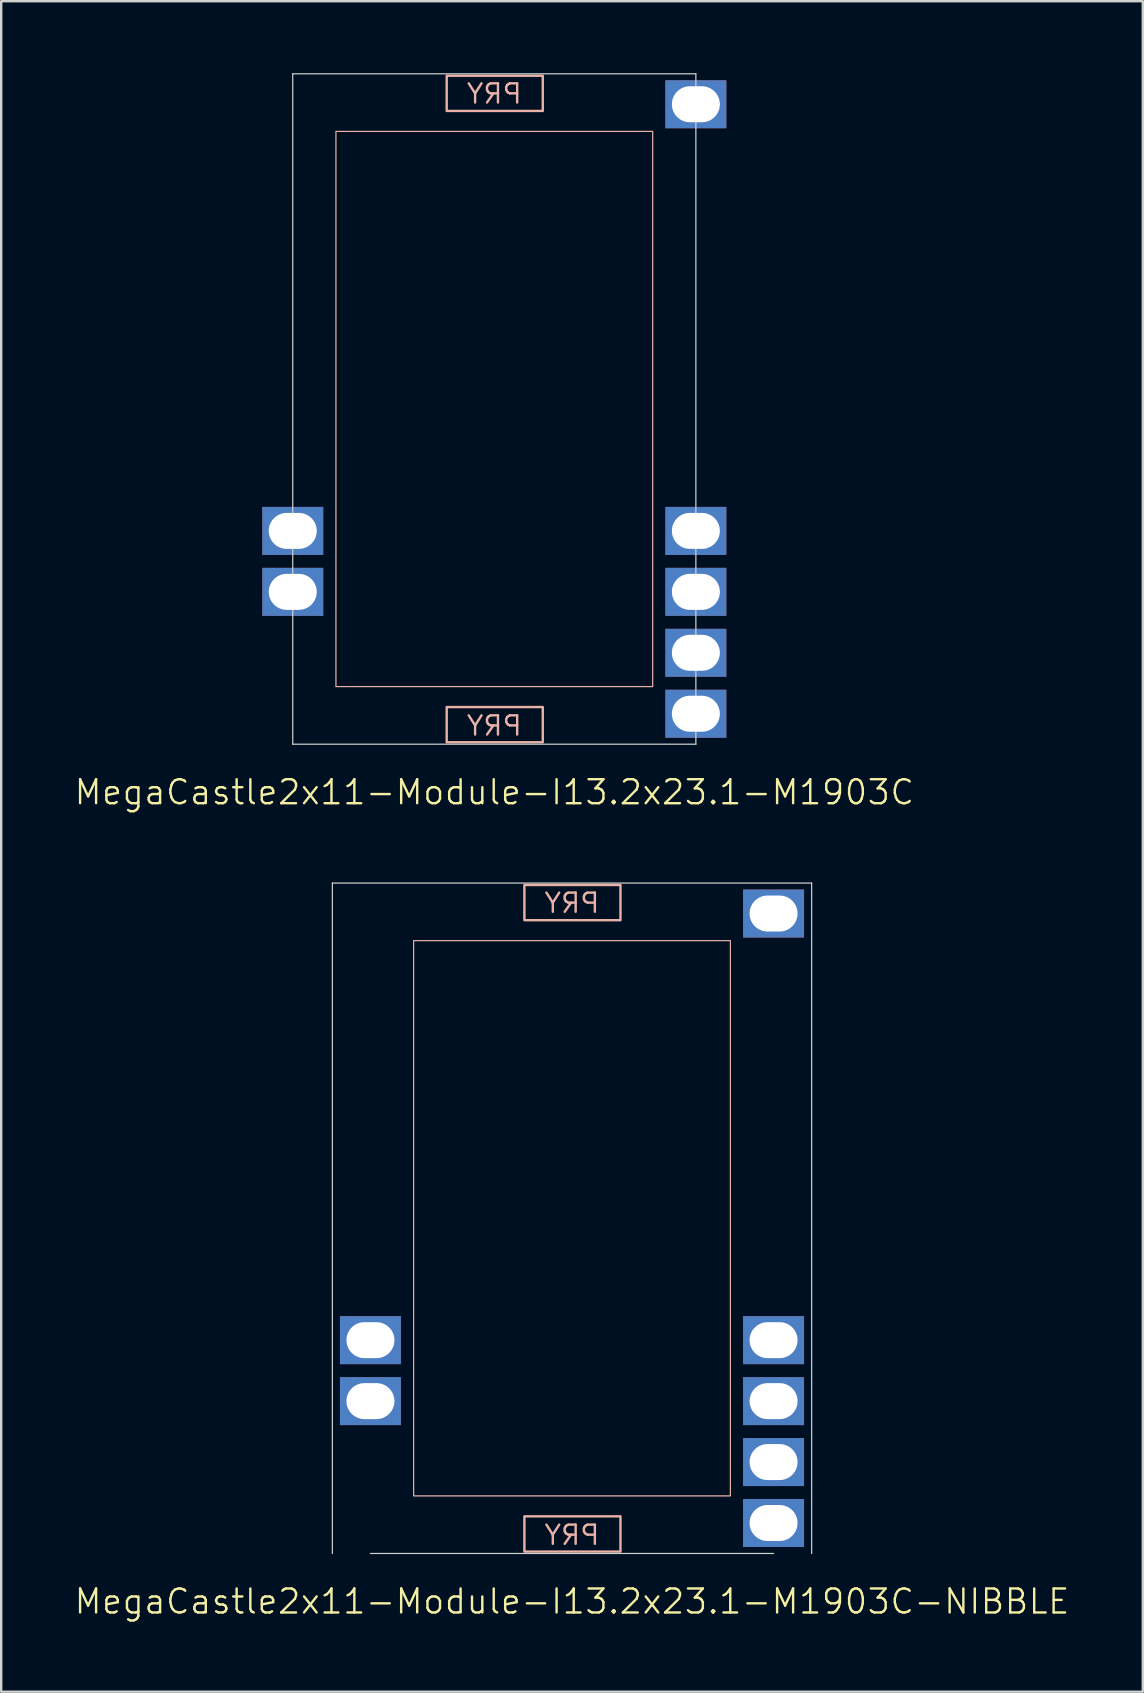
<source format=kicad_pcb>
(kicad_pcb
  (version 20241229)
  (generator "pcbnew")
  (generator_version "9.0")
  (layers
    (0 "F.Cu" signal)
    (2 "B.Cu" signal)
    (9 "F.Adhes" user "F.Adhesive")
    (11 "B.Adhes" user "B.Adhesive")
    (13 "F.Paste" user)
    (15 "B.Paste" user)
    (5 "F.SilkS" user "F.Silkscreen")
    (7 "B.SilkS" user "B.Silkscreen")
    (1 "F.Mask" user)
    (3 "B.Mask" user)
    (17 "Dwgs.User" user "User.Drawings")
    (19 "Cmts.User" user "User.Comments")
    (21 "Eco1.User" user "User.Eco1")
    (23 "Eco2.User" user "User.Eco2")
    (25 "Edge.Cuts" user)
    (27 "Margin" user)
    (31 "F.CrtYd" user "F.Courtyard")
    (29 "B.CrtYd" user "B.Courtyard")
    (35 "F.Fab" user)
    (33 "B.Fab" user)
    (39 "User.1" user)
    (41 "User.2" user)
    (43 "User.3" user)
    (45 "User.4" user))
  (footprint "MegaCastle2x11-Module-I13.2x23.1-M1903C"
    (layer "F.Cu")
    (at 17.55 13.995)
    (property "Reference" "MegaCastle2x11-Module-I13.2x23.1-M1903C" (at 0 15.97 0) (unlocked yes) (layer "F.SilkS") (effects (font (size 1 1) (thickness 0.1))))
    (attr smd)
    (fp_rect (start -6.6 11.57) (end 6.6 -11.57) (stroke (width 0.05) (type default)) (fill no) (layer "B.SilkS"))
    (fp_rect (start -1.984 -12.421) (end 2.02 -13.89) (stroke (width 0.1) (type default)) (fill no) (layer "B.SilkS"))
    (fp_rect (start -1.984 12.421) (end 2.02 13.89) (stroke (width 0.1) (type default)) (fill no) (layer "B.SilkS"))
    (fp_line (start -8.4 -13.97) (end -8.4 13.97) (stroke (width 0.05) (type default)) (layer "Edge.Cuts"))
    (fp_line (start -8.4 -13.97) (end 8.4 -13.97) (stroke (width 0.05) (type default)) (layer "Edge.Cuts"))
    (fp_line (start -8.4 13.97) (end 8.4 13.97) (stroke (width 0.05) (type default)) (layer "Edge.Cuts"))
    (fp_line (start 8.4 -13.97) (end 8.4 13.97) (stroke (width 0.05) (type default)) (layer "Edge.Cuts"))
    (fp_text user "PRY" (at 0 -12.67 0) (unlocked yes) (layer "B.SilkS") (effects (font (size 0.8 0.8) (thickness 0.1)) (justify bottom mirror)))
    (fp_text user "PRY" (at 0 13.67 0) (unlocked yes) (layer "B.SilkS") (effects (font (size 0.8 0.8) (thickness 0.1)) (justify bottom mirror)))
    (pad "8" thru_hole rect (at -8.4 5.08) (size 2.54 2) (drill oval 2 1.5) (property pad_prop_castellated) (layers "*.Cu" "*.Mask"))
    (pad "9" thru_hole rect (at -8.4 7.62) (size 2.54 2) (drill oval 2 1.5) (property pad_prop_castellated) (layers "*.Cu" "*.Mask"))
    (pad "12" thru_hole rect (at 8.4 -12.7) (size 2.54 2) (drill oval 2 1.5) (property pad_prop_castellated) (layers "*.Cu" "*.Mask"))
    (pad "19" thru_hole rect (at 8.4 5.08) (size 2.54 2) (drill oval 2 1.5) (property pad_prop_castellated) (layers "*.Cu" "*.Mask"))
    (pad "20" thru_hole rect (at 8.4 7.62) (size 2.54 2) (drill oval 2 1.5) (property pad_prop_castellated) (layers "*.Cu" "*.Mask"))
    (pad "21" thru_hole rect (at 8.4 10.16) (size 2.54 2) (drill oval 2 1.5) (property pad_prop_castellated) (layers "*.Cu" "*.Mask"))
    (pad "22" thru_hole rect (at 8.4 12.7) (size 2.54 2) (drill oval 2 1.5) (property pad_prop_castellated) (layers "*.Cu" "*.Mask"))
    (zone (net_name "") (layer "B.Cu") (hatch edge 0.5) (connect_pads) (min_thickness 0.25) (filled_areas_thickness no) (keepout (tracks allowed) (vias allowed) (pads allowed) (copperpour allowed) (footprints not_allowed)) (placement (enabled no)) (fill) (polygon (pts (xy 9.15 27.965) (xy 9.15 0.025) (xy 10.95 0.025) (xy 10.95 27.965))))
    (zone (net_name "") (layer "B.Cu") (hatch edge 0.5) (connect_pads) (min_thickness 0.25) (filled_areas_thickness no) (keepout (tracks allowed) (vias allowed) (pads allowed) (copperpour allowed) (footprints not_allowed)) (placement (enabled no)) (fill) (polygon (pts (xy 10.95 0.025) (xy 10.95 2.425) (xy 24.15 2.425) (xy 24.15 0.025))))
    (zone (net_name "") (layer "B.Cu") (hatch edge 0.5) (connect_pads) (min_thickness 0.25) (filled_areas_thickness no) (keepout (tracks allowed) (vias allowed) (pads allowed) (copperpour allowed) (footprints not_allowed)) (placement (enabled no)) (fill) (polygon (pts (xy 10.95 27.965) (xy 10.95 25.565) (xy 24.15 25.565) (xy 24.15 27.965))))
    (zone (net_name "") (layer "B.Cu") (name "Upper Pry Zone") (hatch edge 0.5) (connect_pads) (min_thickness 0.25) (filled_areas_thickness no) (keepout (tracks not_allowed) (vias not_allowed) (pads not_allowed) (copperpour allowed) (footprints not_allowed)) (placement (enabled no)) (fill) (polygon (pts (xy 15.566 1.574) (xy 15.566 0.105) (xy 19.57 0.105) (xy 19.57 1.574))))
    (zone (net_name "") (layer "B.Cu") (name "Upper Pry Zone") (hatch edge 0.5) (connect_pads) (min_thickness 0.25) (filled_areas_thickness no) (keepout (tracks not_allowed) (vias not_allowed) (pads not_allowed) (copperpour allowed) (footprints not_allowed)) (placement (enabled no)) (fill) (polygon (pts (xy 15.566 26.416) (xy 15.566 27.885) (xy 19.57 27.885) (xy 19.57 26.416))))
    (zone (net_name "") (layer "B.Cu") (hatch edge 0.5) (connect_pads) (min_thickness 0.25) (filled_areas_thickness no) (keepout (tracks allowed) (vias allowed) (pads allowed) (copperpour allowed) (footprints not_allowed)) (placement (enabled no)) (fill) (polygon (pts (xy 25.95 27.965) (xy 25.95 0.025) (xy 24.15 0.025) (xy 24.15 27.965)))))
  (footprint "MegaCastle2x11-Module-I13.2x23.1-M1903C-NIBBLE"
    (layer "F.Cu")
    (at 20.788 47.721)
    (property "Reference" "MegaCastle2x11-Module-I13.2x23.1-M1903C-NIBBLE" (at 0 15.97 0) (unlocked yes) (layer "F.SilkS") (effects (font (size 1 1) (thickness 0.1))))
    (attr smd)
    (fp_rect (start -6.6 11.57) (end 6.6 -11.57) (stroke (width 0.05) (type default)) (fill no) (layer "B.SilkS"))
    (fp_rect (start -1.984 -12.421) (end 2.02 -13.89) (stroke (width 0.1) (type default)) (fill no) (layer "B.SilkS"))
    (fp_rect (start -1.984 12.421) (end 2.02 13.89) (stroke (width 0.1) (type default)) (fill no) (layer "B.SilkS"))
    (fp_line (start -9.987 -13.97) (end -9.987 13.97) (stroke (width 0.05) (type default)) (layer "Edge.Cuts"))
    (fp_line (start -9.987 -13.97) (end 9.987 -13.97) (stroke (width 0.05) (type default)) (layer "Edge.Cuts"))
    (fp_line (start -8.4 13.97) (end 8.4 13.97) (stroke (width 0.05) (type default)) (layer "Edge.Cuts"))
    (fp_line (start 9.987 -13.97) (end 9.987 13.97) (stroke (width 0.05) (type default)) (layer "Edge.Cuts"))
    (fp_text user "PRY" (at 0 -12.67 0) (unlocked yes) (layer "B.SilkS") (effects (font (size 0.8 0.8) (thickness 0.1)) (justify bottom mirror)))
    (fp_text user "PRY" (at 0 13.67 0) (unlocked yes) (layer "B.SilkS") (effects (font (size 0.8 0.8) (thickness 0.1)) (justify bottom mirror)))
    (pad "8" thru_hole rect (at -8.4 5.08) (size 2.54 2) (drill oval 2 1.5) (property pad_prop_castellated) (layers "*.Cu" "*.Mask"))
    (pad "9" thru_hole rect (at -8.4 7.62) (size 2.54 2) (drill oval 2 1.5) (property pad_prop_castellated) (layers "*.Cu" "*.Mask"))
    (pad "12" thru_hole rect (at 8.4 -12.7) (size 2.54 2) (drill oval 2 1.5) (property pad_prop_castellated) (layers "*.Cu" "*.Mask"))
    (pad "19" thru_hole rect (at 8.4 5.08) (size 2.54 2) (drill oval 2 1.5) (property pad_prop_castellated) (layers "*.Cu" "*.Mask"))
    (pad "20" thru_hole rect (at 8.4 7.62) (size 2.54 2) (drill oval 2 1.5) (property pad_prop_castellated) (layers "*.Cu" "*.Mask"))
    (pad "21" thru_hole rect (at 8.4 10.16) (size 2.54 2) (drill oval 2 1.5) (property pad_prop_castellated) (layers "*.Cu" "*.Mask"))
    (pad "22" thru_hole rect (at 8.4 12.7) (size 2.54 2) (drill oval 2 1.5) (property pad_prop_castellated) (layers "*.Cu" "*.Mask"))
    (zone (net_name "") (layer "B.Cu") (hatch edge 0.5) (connect_pads) (min_thickness 0.25) (filled_areas_thickness no) (keepout (tracks allowed) (vias allowed) (pads allowed) (copperpour allowed) (footprints not_allowed)) (placement (enabled no)) (fill) (polygon (pts (xy 12.388 61.691) (xy 12.388 33.751) (xy 14.188 33.751) (xy 14.188 61.691))))
    (zone (net_name "") (layer "B.Cu") (hatch edge 0.5) (connect_pads) (min_thickness 0.25) (filled_areas_thickness no) (keepout (tracks allowed) (vias allowed) (pads allowed) (copperpour allowed) (footprints not_allowed)) (placement (enabled no)) (fill) (polygon (pts (xy 14.188 33.751) (xy 14.188 36.151) (xy 27.388 36.151) (xy 27.388 33.751))))
    (zone (net_name "") (layer "B.Cu") (hatch edge 0.5) (connect_pads) (min_thickness 0.25) (filled_areas_thickness no) (keepout (tracks allowed) (vias allowed) (pads allowed) (copperpour allowed) (footprints not_allowed)) (placement (enabled no)) (fill) (polygon (pts (xy 14.188 61.691) (xy 14.188 59.291) (xy 27.388 59.291) (xy 27.388 61.691))))
    (zone (net_name "") (layer "B.Cu") (name "Upper Pry Zone") (hatch edge 0.5) (connect_pads) (min_thickness 0.25) (filled_areas_thickness no) (keepout (tracks not_allowed) (vias not_allowed) (pads not_allowed) (copperpour allowed) (footprints not_allowed)) (placement (enabled no)) (fill) (polygon (pts (xy 18.804 35.299) (xy 18.804 33.831) (xy 22.808 33.831) (xy 22.808 35.299))))
    (zone (net_name "") (layer "B.Cu") (name "Upper Pry Zone") (hatch edge 0.5) (connect_pads) (min_thickness 0.25) (filled_areas_thickness no) (keepout (tracks not_allowed) (vias not_allowed) (pads not_allowed) (copperpour allowed) (footprints not_allowed)) (placement (enabled no)) (fill) (polygon (pts (xy 18.804 60.142) (xy 18.804 61.611) (xy 22.808 61.611) (xy 22.808 60.142))))
    (zone (net_name "") (layer "B.Cu") (hatch edge 0.5) (connect_pads) (min_thickness 0.25) (filled_areas_thickness no) (keepout (tracks allowed) (vias allowed) (pads allowed) (copperpour allowed) (footprints not_allowed)) (placement (enabled no)) (fill) (polygon (pts (xy 29.188 61.691) (xy 29.188 33.751) (xy 27.388 33.751) (xy 27.388 61.691)))))
  (gr_rect
    (start -3 -3)
    (end 44.576 67.451)
    (stroke (width 0.1) (type default))
    (fill no)
    (layer "Edge.Cuts")))
</source>
